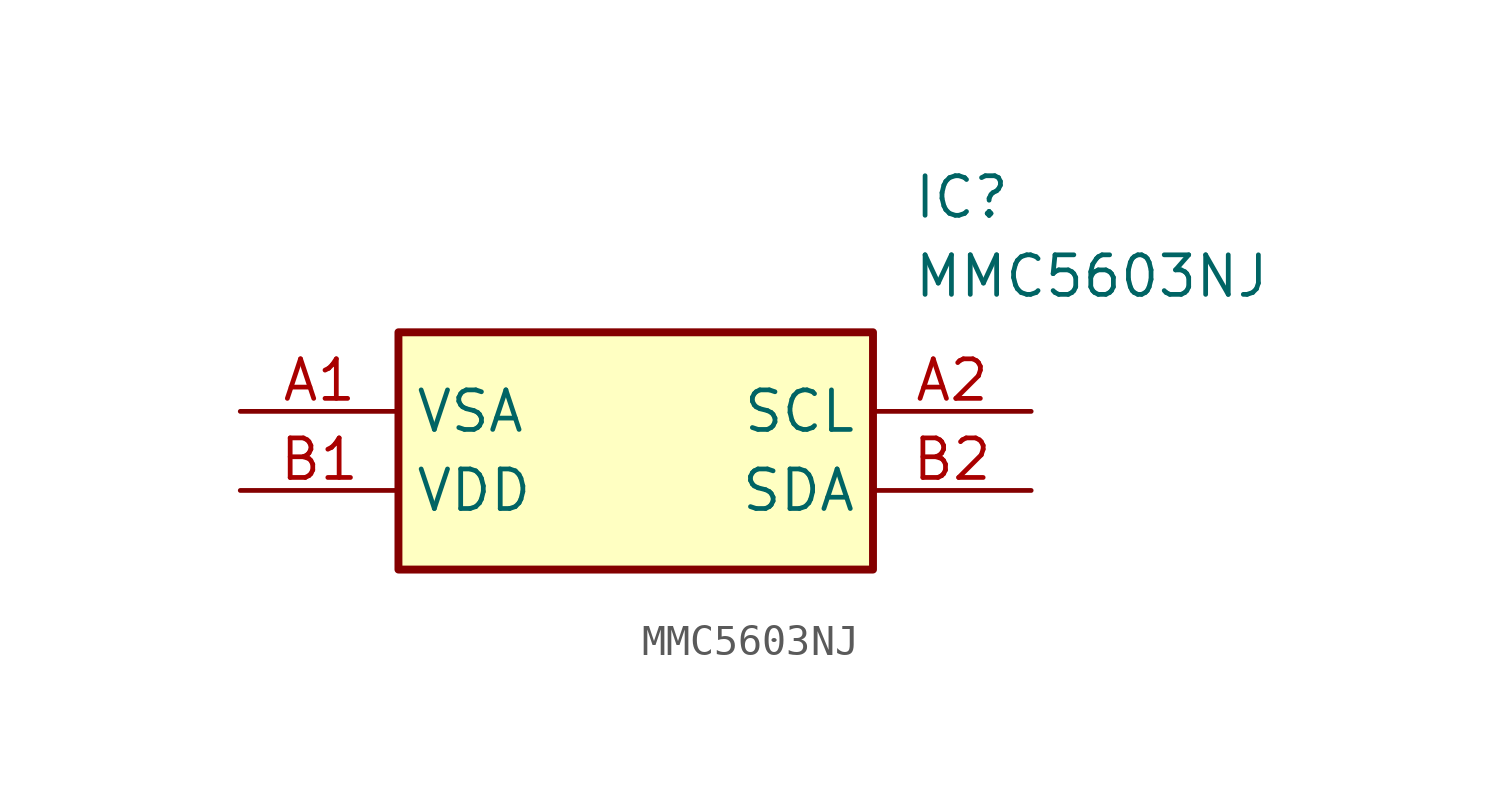
<source format=kicad_sym>
(kicad_symbol_lib
  (version 20211014)
  (generator SamacSys_ECAD_Model)
  (symbol "MMC5603NJ"
    (property "Reference" "IC"
      (at 21.59 7.62 0)
      (effects (font (size 1.27 1.27)) (justify left top)))
    (property "Value" "MMC5603NJ"
      (at 21.59 5.08 0)
      (effects (font (size 1.27 1.27)) (justify left top)))
    (rectangle
      (start 5.08 2.54)
      (end 20.32 -5.08)
      (stroke (width 0.254) (type default))
      (fill (type background)))
    (pin passive line
      (at 0 0 0)
      (length 5.08)
      (name "VSA" (effects (font (size 1.27 1.27))))
      (number "A1" (effects (font (size 1.27 1.27)))))
    (pin passive line
      (at 25.4 0 180)
      (length 5.08)
      (name "SCL" (effects (font (size 1.27 1.27))))
      (number "A2" (effects (font (size 1.27 1.27)))))
    (pin passive line
      (at 0 -2.54 0)
      (length 5.08)
      (name "VDD" (effects (font (size 1.27 1.27))))
      (number "B1" (effects (font (size 1.27 1.27)))))
    (pin passive line
      (at 25.4 -2.54 180)
      (length 5.08)
      (name "SDA" (effects (font (size 1.27 1.27))))
      (number "B2" (effects (font (size 1.27 1.27)))))))
</source>
